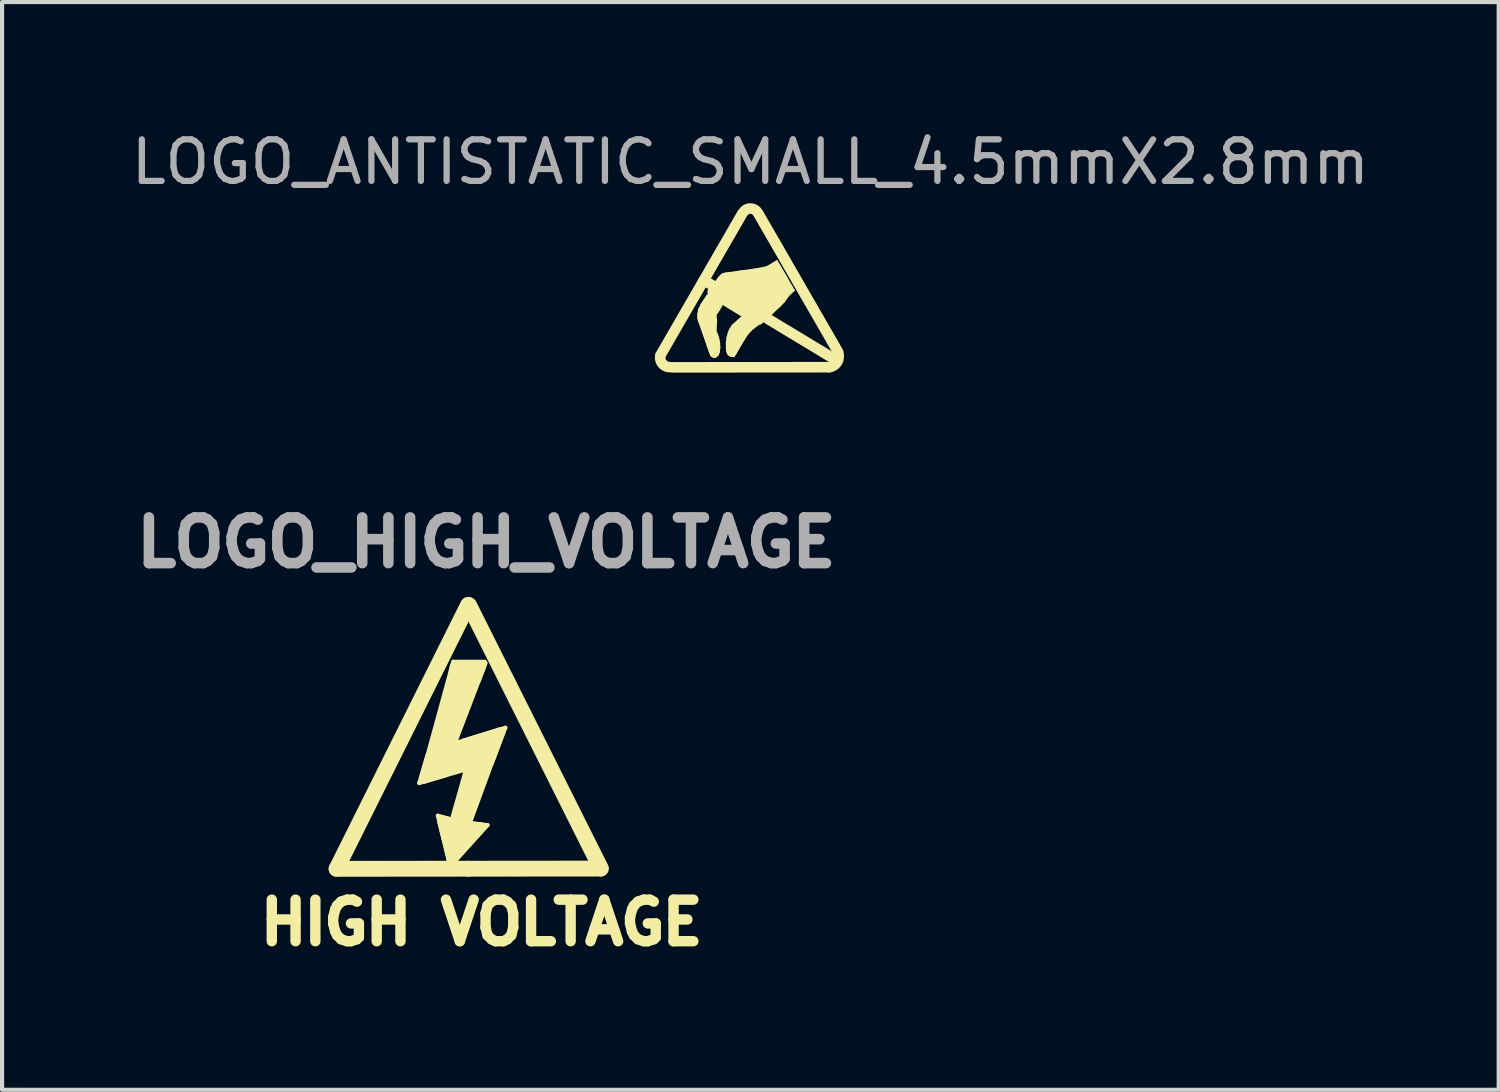
<source format=kicad_pcb>
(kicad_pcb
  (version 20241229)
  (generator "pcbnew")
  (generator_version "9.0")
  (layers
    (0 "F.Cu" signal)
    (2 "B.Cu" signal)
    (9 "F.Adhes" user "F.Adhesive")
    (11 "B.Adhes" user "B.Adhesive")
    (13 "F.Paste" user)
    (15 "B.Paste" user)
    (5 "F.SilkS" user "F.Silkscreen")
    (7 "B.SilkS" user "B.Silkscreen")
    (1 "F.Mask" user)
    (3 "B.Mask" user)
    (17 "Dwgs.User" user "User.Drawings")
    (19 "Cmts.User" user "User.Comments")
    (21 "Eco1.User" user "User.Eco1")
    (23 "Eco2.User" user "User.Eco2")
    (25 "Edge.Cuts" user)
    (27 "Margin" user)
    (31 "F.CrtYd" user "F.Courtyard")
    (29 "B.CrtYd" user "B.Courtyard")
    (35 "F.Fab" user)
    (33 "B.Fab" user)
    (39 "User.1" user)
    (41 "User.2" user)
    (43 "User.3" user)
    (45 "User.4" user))
  (footprint "LOGO_HIGH_VOLTAGE"
    (layer "F.Cu")
    (at 8.22 17.853)
    (property "Reference" "LOGO_HIGH_VOLTAGE" (at 0.432 -7.849 0) (layer "F.Fab") (effects (font (size 1.1 1.1) (thickness 0.254))))
    (attr through_hole)
    (fp_line (start -3.172 0.003) (end 0.003 0) (stroke (width 0.381) (type solid)) (layer "F.SilkS"))
    (fp_line (start -3.17 0) (end -0.005 -6.35) (stroke (width 0.381) (type solid)) (layer "F.SilkS"))
    (fp_line (start -1.181 -2.062) (end -0.975 -2.756) (stroke (width 0.1) (type solid)) (layer "F.SilkS"))
    (fp_line (start -1.052 -2.179) (end -0.315 -4.867) (stroke (width 0.254) (type solid)) (layer "F.SilkS"))
    (fp_line (start -0.734 -1.275) (end -0.457 -0.15) (stroke (width 0.1) (type solid)) (layer "F.SilkS"))
    (fp_line (start -0.658 -2.484) (end 0.513 -2.888) (stroke (width 0.254) (type solid)) (layer "F.SilkS"))
    (fp_line (start -0.617 -1.153) (end -0.333 -1.09) (stroke (width 0.254) (type solid)) (layer "F.SilkS"))
    (fp_line (start -0.544 -2.25) (end -1.181 -2.062) (stroke (width 0.1) (type solid)) (layer "F.SilkS"))
    (fp_line (start -0.472 -2.71) (end 0.46 -3.033) (stroke (width 0.254) (type solid)) (layer "F.SilkS"))
    (fp_line (start -0.445 -1.194) (end -0.734 -1.275) (stroke (width 0.1) (type solid)) (layer "F.SilkS"))
    (fp_line (start -0.424 -4.76) (end -0.363 -4.978) (stroke (width 0.1) (type solid)) (layer "F.SilkS"))
    (fp_line (start -0.411 -0.935) (end -0.48 -0.625) (stroke (width 0.254) (type solid)) (layer "F.SilkS"))
    (fp_line (start -0.389 -0.188) (end -0.627 -1.161) (stroke (width 0.254) (type solid)) (layer "F.SilkS"))
    (fp_line (start -0.376 -0.973) (end 0.058 -2.504) (stroke (width 0.254) (type solid)) (layer "F.SilkS"))
    (fp_line (start -0.363 -4.978) (end 0.396 -4.978) (stroke (width 0.1) (type solid)) (layer "F.SilkS"))
    (fp_line (start -0.361 -2.926) (end 0.749 -3.269) (stroke (width 0.254) (type solid)) (layer "F.SilkS"))
    (fp_line (start -0.239 -0.897) (end -0.353 -0.45) (stroke (width 0.254) (type solid)) (layer "F.SilkS"))
    (fp_line (start -0.132 -3.076) (end 0.889 -3.391) (stroke (width 0.1) (type solid)) (layer "F.SilkS"))
    (fp_line (start -0.124 -4.709) (end -0.805 -2.408) (stroke (width 0.254) (type solid)) (layer "F.SilkS"))
    (fp_line (start -0.099 -1.039) (end 0.287 -0.986) (stroke (width 0.254) (type solid)) (layer "F.SilkS"))
    (fp_line (start -0.064 -0.798) (end -0.208 -0.455) (stroke (width 0.254) (type solid)) (layer "F.SilkS"))
    (fp_line (start -0.008 -1.102) (end 0.46 -1.049) (stroke (width 0.1) (type solid)) (layer "F.SilkS"))
    (fp_line (start 0 -0.907) (end 0.053 -0.894) (stroke (width 0.1) (type solid)) (layer "F.SilkS"))
    (fp_line (start 0 0) (end 3.175 -0.003) (stroke (width 0.381) (type solid)) (layer "F.SilkS"))
    (fp_line (start 0.018 -6.34) (end 3.19 -0.003) (stroke (width 0.381) (type solid)) (layer "F.SilkS"))
    (fp_line (start 0.058 -2.504) (end -1.052 -2.179) (stroke (width 0.254) (type solid)) (layer "F.SilkS"))
    (fp_line (start 0.124 -4.775) (end -0.683 -2.367) (stroke (width 0.254) (type solid)) (layer "F.SilkS"))
    (fp_line (start 0.15 -2.631) (end 0.099 -2.418) (stroke (width 0.254) (type solid)) (layer "F.SilkS"))
    (fp_line (start 0.244 -4.511) (end 0.414 -4.953) (stroke (width 0.1) (type solid)) (layer "F.SilkS"))
    (fp_line (start 0.287 -0.991) (end -0.394 -0.224) (stroke (width 0.254) (type solid)) (layer "F.SilkS"))
    (fp_line (start 0.297 -4.869) (end -0.315 -4.869) (stroke (width 0.254) (type solid)) (layer "F.SilkS"))
    (fp_line (start 0.305 -4.884) (end -0.437 -2.944) (stroke (width 0.254) (type solid)) (layer "F.SilkS"))
    (fp_line (start 0.307 -2.692) (end -0.196 -1.011) (stroke (width 0.254) (type solid)) (layer "F.SilkS"))
    (fp_line (start 0.46 -1.049) (end -0.358 -0.147) (stroke (width 0.1) (type solid)) (layer "F.SilkS"))
    (fp_line (start 0.554 -2.512) (end 0.889 -3.391) (stroke (width 0.1) (type solid)) (layer "F.SilkS"))
    (fp_line (start 0.749 -3.269) (end -0.127 -0.884) (stroke (width 0.254) (type solid)) (layer "F.SilkS"))
    (fp_text user "HIGH VOLTAGE" (at 0.318 1.295 0) (layer "F.SilkS") (effects (font (size 1 1) (thickness 0.25)))))
  (footprint "LOGO_ANTISTATIC_SMALL_4.5mmX2.8mm"
    (layer "F.Cu")
    (at 15.006 3.871)
    (property "Reference" "LOGO_ANTISTATIC_SMALL_4.5mmX2.8mm" (at 0 -3.023 0) (layer "F.Fab") (effects (font (size 1 1) (thickness 0.15))))
    (attr through_hole)
    (fp_line (start -2.169 1.636) (end -0.191 -1.788) (stroke (width 0.254) (type solid)) (layer "F.SilkS"))
    (fp_line (start -1.872 1.918) (end 1.892 1.915) (stroke (width 0.254) (type solid)) (layer "F.SilkS"))
    (fp_line (start -1.25 0.625) (end -1.234 0.533) (stroke (width 0.05) (type solid)) (layer "F.SilkS"))
    (fp_line (start -1.25 0.742) (end -1.25 0.627) (stroke (width 0.05) (type solid)) (layer "F.SilkS"))
    (fp_line (start -1.237 0.805) (end -1.25 0.744) (stroke (width 0.05) (type solid)) (layer "F.SilkS"))
    (fp_line (start -1.234 0.53) (end -1.166 0.39) (stroke (width 0.05) (type solid)) (layer "F.SilkS"))
    (fp_line (start -1.166 0.394) (end -1.034 0.191) (stroke (width 0.05) (type solid)) (layer "F.SilkS"))
    (fp_line (start -1.148 0.678) (end -0.876 1.511) (stroke (width 0.254) (type solid)) (layer "F.SilkS"))
    (fp_line (start -1.12 -0.178) (end 2.093 1.763) (stroke (width 0.254) (type solid)) (layer "F.SilkS"))
    (fp_line (start -0.97 1.044) (end -0.879 1.369) (stroke (width 0.254) (type solid)) (layer "F.SilkS"))
    (fp_line (start -0.953 0.635) (end -0.97 1.036) (stroke (width 0.254) (type solid)) (layer "F.SilkS"))
    (fp_line (start -0.947 1.618) (end -1.234 0.803) (stroke (width 0.05) (type solid)) (layer "F.SilkS"))
    (fp_line (start -0.919 0.224) (end -1.12 0.599) (stroke (width 0.254) (type solid)) (layer "F.SilkS"))
    (fp_line (start -0.919 1.648) (end -0.947 1.618) (stroke (width 0.05) (type solid)) (layer "F.SilkS"))
    (fp_line (start -0.907 0.104) (end 0.198 0.77) (stroke (width 0.254) (type solid)) (layer "F.SilkS"))
    (fp_line (start -0.874 1.666) (end -0.914 1.651) (stroke (width 0.05) (type solid)) (layer "F.SilkS"))
    (fp_line (start -0.841 0.706) (end -0.826 0.775) (stroke (width 0.05) (type solid)) (layer "F.SilkS"))
    (fp_line (start -0.838 1.062) (end -0.808 1.12) (stroke (width 0.05) (type solid)) (layer "F.SilkS"))
    (fp_line (start -0.836 -0.13) (end -0.742 -0.249) (stroke (width 0.05) (type solid)) (layer "F.SilkS"))
    (fp_line (start -0.836 0.648) (end -0.838 0.706) (stroke (width 0.05) (type solid)) (layer "F.SilkS"))
    (fp_line (start -0.833 1.656) (end -0.874 1.666) (stroke (width 0.05) (type solid)) (layer "F.SilkS"))
    (fp_line (start -0.826 0.775) (end -0.838 1.062) (stroke (width 0.05) (type solid)) (layer "F.SilkS"))
    (fp_line (start -0.808 1.12) (end -0.777 1.204) (stroke (width 0.05) (type solid)) (layer "F.SilkS"))
    (fp_line (start -0.792 1.623) (end -0.833 1.656) (stroke (width 0.05) (type solid)) (layer "F.SilkS"))
    (fp_line (start -0.777 1.204) (end -0.754 1.328) (stroke (width 0.05) (type solid)) (layer "F.SilkS"))
    (fp_line (start -0.765 0.274) (end -1.052 0.714) (stroke (width 0.254) (type solid)) (layer "F.SilkS"))
    (fp_line (start -0.762 1.554) (end -0.792 1.623) (stroke (width 0.05) (type solid)) (layer "F.SilkS"))
    (fp_line (start -0.754 1.328) (end -0.747 1.44) (stroke (width 0.05) (type solid)) (layer "F.SilkS"))
    (fp_line (start -0.752 0.523) (end -0.836 0.648) (stroke (width 0.05) (type solid)) (layer "F.SilkS"))
    (fp_line (start -0.747 1.44) (end -0.762 1.554) (stroke (width 0.05) (type solid)) (layer "F.SilkS"))
    (fp_line (start -0.742 -0.249) (end -0.699 -0.295) (stroke (width 0.05) (type solid)) (layer "F.SilkS"))
    (fp_line (start -0.696 -0.297) (end -0.663 -0.32) (stroke (width 0.05) (type solid)) (layer "F.SilkS"))
    (fp_line (start -0.686 -0.152) (end 0.457 0.513) (stroke (width 0.254) (type solid)) (layer "F.SilkS"))
    (fp_line (start -0.673 0.384) (end -0.752 0.523) (stroke (width 0.05) (type solid)) (layer "F.SilkS"))
    (fp_line (start -0.663 -0.32) (end -0.592 -0.34) (stroke (width 0.05) (type solid)) (layer "F.SilkS"))
    (fp_line (start -0.592 -0.34) (end 0.071 -0.429) (stroke (width 0.05) (type solid)) (layer "F.SilkS"))
    (fp_line (start -0.589 -0.221) (end 0.389 -0.366) (stroke (width 0.254) (type solid)) (layer "F.SilkS"))
    (fp_line (start -0.566 1.339) (end -0.551 1.204) (stroke (width 0.05) (type solid)) (layer "F.SilkS"))
    (fp_line (start -0.564 1.466) (end -0.566 1.339) (stroke (width 0.05) (type solid)) (layer "F.SilkS"))
    (fp_line (start -0.554 1.539) (end -0.564 1.466) (stroke (width 0.05) (type solid)) (layer "F.SilkS"))
    (fp_line (start -0.551 1.204) (end -0.518 1.082) (stroke (width 0.05) (type solid)) (layer "F.SilkS"))
    (fp_line (start -0.536 1.587) (end -0.554 1.539) (stroke (width 0.05) (type solid)) (layer "F.SilkS"))
    (fp_line (start -0.518 1.077) (end -0.475 0.988) (stroke (width 0.05) (type solid)) (layer "F.SilkS"))
    (fp_line (start -0.518 1.61) (end -0.536 1.589) (stroke (width 0.05) (type solid)) (layer "F.SilkS"))
    (fp_line (start -0.48 -0.218) (end 0.544 0.419) (stroke (width 0.254) (type solid)) (layer "F.SilkS"))
    (fp_line (start -0.48 1.636) (end -0.513 1.615) (stroke (width 0.05) (type solid)) (layer "F.SilkS"))
    (fp_line (start -0.475 0.988) (end -0.422 0.909) (stroke (width 0.05) (type solid)) (layer "F.SilkS"))
    (fp_line (start -0.445 1.521) (end -0.246 1.13) (stroke (width 0.254) (type solid)) (layer "F.SilkS"))
    (fp_line (start -0.424 1.273) (end -0.445 1.521) (stroke (width 0.254) (type solid)) (layer "F.SilkS"))
    (fp_line (start -0.422 0.909) (end -0.175 0.686) (stroke (width 0.05) (type solid)) (layer "F.SilkS"))
    (fp_line (start -0.399 1.648) (end -0.478 1.636) (stroke (width 0.05) (type solid)) (layer "F.SilkS"))
    (fp_line (start -0.351 1.029) (end -0.424 1.273) (stroke (width 0.254) (type solid)) (layer "F.SilkS"))
    (fp_line (start -0.246 1.13) (end 0.061 0.805) (stroke (width 0.254) (type solid)) (layer "F.SilkS"))
    (fp_line (start -0.208 -0.287) (end 0.681 0.287) (stroke (width 0.254) (type solid)) (layer "F.SilkS"))
    (fp_line (start -0.178 0.688) (end -0.673 0.384) (stroke (width 0.05) (type solid)) (layer "F.SilkS"))
    (fp_line (start -0.152 1.232) (end -0.399 1.648) (stroke (width 0.05) (type solid)) (layer "F.SilkS"))
    (fp_line (start -0.076 1.115) (end -0.152 1.232) (stroke (width 0.05) (type solid)) (layer "F.SilkS"))
    (fp_line (start 0.005 0.704) (end -0.351 1.029) (stroke (width 0.254) (type solid)) (layer "F.SilkS"))
    (fp_line (start 0.008 1.021) (end -0.076 1.115) (stroke (width 0.05) (type solid)) (layer "F.SilkS"))
    (fp_line (start 0.064 0.973) (end 0.008 1.021) (stroke (width 0.05) (type solid)) (layer "F.SilkS"))
    (fp_line (start 0.071 -0.429) (end 0.343 -0.478) (stroke (width 0.05) (type solid)) (layer "F.SilkS"))
    (fp_line (start 0.094 -0.323) (end 0.792 0.137) (stroke (width 0.254) (type solid)) (layer "F.SilkS"))
    (fp_line (start 0.185 -1.793) (end 2.113 1.552) (stroke (width 0.254) (type solid)) (layer "F.SilkS"))
    (fp_line (start 0.185 0.884) (end 0.064 0.973) (stroke (width 0.05) (type solid)) (layer "F.SilkS"))
    (fp_line (start 0.345 -0.475) (end 0.46 -0.523) (stroke (width 0.05) (type solid)) (layer "F.SilkS"))
    (fp_line (start 0.358 -0.366) (end 0.894 0.02) (stroke (width 0.254) (type solid)) (layer "F.SilkS"))
    (fp_line (start 0.46 -0.523) (end 0.632 -0.632) (stroke (width 0.05) (type solid)) (layer "F.SilkS"))
    (fp_line (start 0.513 -0.432) (end 0.739 -0.241) (stroke (width 0.254) (type solid)) (layer "F.SilkS"))
    (fp_line (start 0.597 -0.483) (end 0.777 -0.185) (stroke (width 0.254) (type solid)) (layer "F.SilkS"))
    (fp_line (start 0.638 -0.632) (end 1.041 0.066) (stroke (width 0.05) (type solid)) (layer "F.SilkS"))
    (fp_line (start 0.701 0.442) (end 0.49 0.64) (stroke (width 0.05) (type solid)) (layer "F.SilkS"))
    (fp_line (start 0.772 0.14) (end 0.594 0.361) (stroke (width 0.254) (type solid)) (layer "F.SilkS"))
    (fp_line (start 0.813 0.33) (end 0.699 0.445) (stroke (width 0.05) (type solid)) (layer "F.SilkS"))
    (fp_line (start 0.907 0.191) (end 0.808 0.333) (stroke (width 0.05) (type solid)) (layer "F.SilkS"))
    (fp_line (start 1.041 0.066) (end 0.909 0.188) (stroke (width 0.05) (type solid)) (layer "F.SilkS"))
    (fp_arc (start -1.95072 1.91262) (mid -2.111185 1.837736) (end -2.1717 1.67132) (stroke (width 0.254) (type solid)) (layer "F.SilkS"))
    (fp_arc (start -0.14478 -1.84404) (mid 0 -1.90401) (end 0.14478 -1.84404) (stroke (width 0.254) (type solid)) (layer "F.SilkS"))
    (fp_arc (start 2.12344 1.62052) (mid 2.072702 1.814133) (end 1.89992 1.91516) (stroke (width 0.254) (type solid)) (layer "F.SilkS")))
  (gr_rect
    (start -3 -3)
    (end 33.012 23.173)
    (stroke (width 0.1) (type default))
    (fill no)
    (layer "Edge.Cuts")))
</source>
